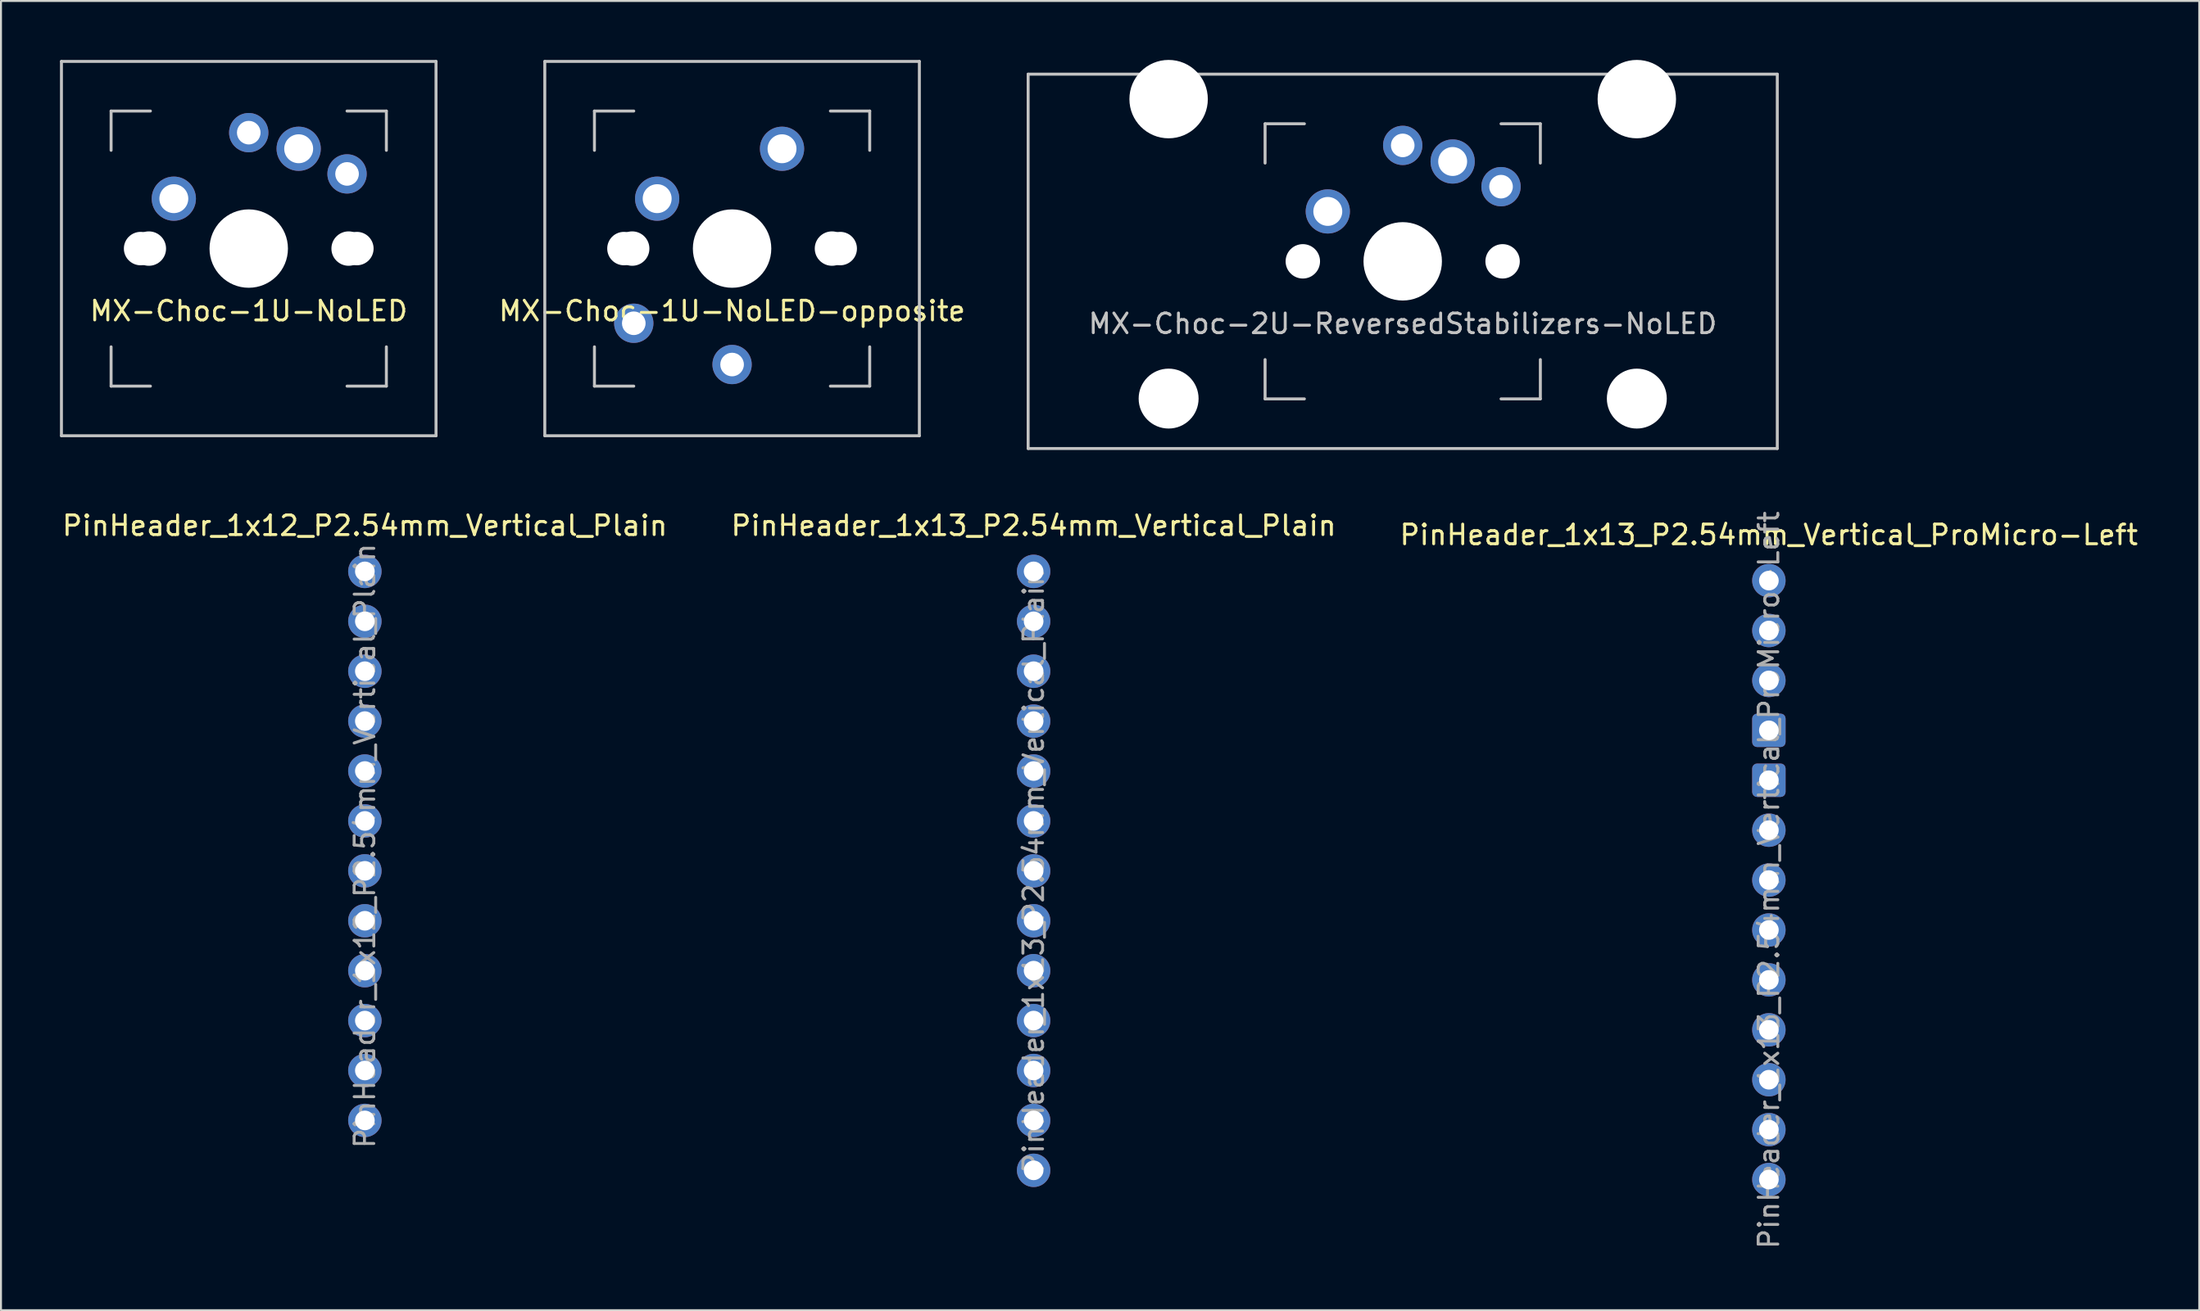
<source format=kicad_pcb>
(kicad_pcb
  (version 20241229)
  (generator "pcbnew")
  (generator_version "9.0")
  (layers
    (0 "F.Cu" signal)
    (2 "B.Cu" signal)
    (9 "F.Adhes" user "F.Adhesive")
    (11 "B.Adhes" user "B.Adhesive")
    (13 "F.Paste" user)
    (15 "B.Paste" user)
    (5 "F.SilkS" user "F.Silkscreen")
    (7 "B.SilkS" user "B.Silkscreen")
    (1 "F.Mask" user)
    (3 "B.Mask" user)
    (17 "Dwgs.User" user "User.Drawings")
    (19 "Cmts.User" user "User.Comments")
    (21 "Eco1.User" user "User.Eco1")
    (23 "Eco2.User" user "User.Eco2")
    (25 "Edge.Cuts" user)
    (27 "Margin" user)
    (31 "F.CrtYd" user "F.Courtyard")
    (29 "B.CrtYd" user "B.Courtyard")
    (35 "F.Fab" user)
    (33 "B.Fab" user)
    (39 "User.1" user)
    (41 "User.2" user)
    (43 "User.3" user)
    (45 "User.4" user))
  (footprint "PinHeader_1x13_P2.54mm_Vertical_ProMicro-Left"
    (layer "F.Cu")
    (at 86.911 26.496)
    (property "Reference" "PinHeader_1x13_P2.54mm_Vertical_ProMicro-Left" (at 0 -2.33 0) (layer "F.SilkS") (effects (font (size 1 1) (thickness 0.15))))
    (attr through_hole)
    (fp_text user "${REFERENCE}" (at 0 15.24 90) (layer "F.Fab") (effects (font (size 1 1) (thickness 0.15))))
    (pad "1" thru_hole oval (at 0 0) (size 1.7 1.7) (drill 1) (layers "*.Cu" "*.Mask"))
    (pad "2" thru_hole oval (at 0 2.54) (size 1.7 1.7) (drill 1) (layers "*.Cu" "*.Mask"))
    (pad "3" thru_hole oval (at 0 5.08) (size 1.7 1.7) (drill 1) (layers "*.Cu" "*.Mask"))
    (pad "4" thru_hole roundrect (at 0 7.62) (size 1.7 1.7) (drill 1) (layers "*.Cu" "*.Mask") (roundrect_rratio 0.147))
    (pad "5" thru_hole roundrect (at 0 10.16) (size 1.7 1.7) (drill 1) (layers "*.Cu" "*.Mask") (roundrect_rratio 0.147))
    (pad "6" thru_hole oval (at 0 12.7) (size 1.7 1.7) (drill 1) (layers "*.Cu" "*.Mask"))
    (pad "7" thru_hole oval (at 0 15.24) (size 1.7 1.7) (drill 1) (layers "*.Cu" "*.Mask"))
    (pad "8" thru_hole oval (at 0 17.78) (size 1.7 1.7) (drill 1) (layers "*.Cu" "*.Mask"))
    (pad "9" thru_hole oval (at 0 20.32) (size 1.7 1.7) (drill 1) (layers "*.Cu" "*.Mask"))
    (pad "10" thru_hole oval (at 0 22.86) (size 1.7 1.7) (drill 1) (layers "*.Cu" "*.Mask"))
    (pad "11" thru_hole oval (at 0 25.4) (size 1.7 1.7) (drill 1) (layers "*.Cu" "*.Mask"))
    (pad "12" thru_hole oval (at 0 27.94) (size 1.7 1.7) (drill 1) (layers "*.Cu" "*.Mask"))
    (pad "13" thru_hole oval (at 0 30.48) (size 1.7 1.7) (drill 1) (layers "*.Cu" "*.Mask")))
  (footprint "PinHeader_1x13_P2.54mm_Vertical_Plain"
    (layer "F.Cu")
    (at 49.518 26.027)
    (property "Reference" "PinHeader_1x13_P2.54mm_Vertical_Plain" (at 0 -2.33 0) (layer "F.SilkS") (effects (font (size 1 1) (thickness 0.15))))
    (attr through_hole)
    (fp_text user "${REFERENCE}" (at 0 15.24 90) (layer "F.Fab") (effects (font (size 1 1) (thickness 0.15))))
    (pad "1" thru_hole oval (at 0 0) (size 1.7 1.7) (drill 1) (layers "*.Cu" "*.Mask"))
    (pad "2" thru_hole oval (at 0 2.54) (size 1.7 1.7) (drill 1) (layers "*.Cu" "*.Mask"))
    (pad "3" thru_hole oval (at 0 5.08) (size 1.7 1.7) (drill 1) (layers "*.Cu" "*.Mask"))
    (pad "4" thru_hole oval (at 0 7.62) (size 1.7 1.7) (drill 1) (layers "*.Cu" "*.Mask"))
    (pad "5" thru_hole oval (at 0 10.16) (size 1.7 1.7) (drill 1) (layers "*.Cu" "*.Mask"))
    (pad "6" thru_hole oval (at 0 12.7) (size 1.7 1.7) (drill 1) (layers "*.Cu" "*.Mask"))
    (pad "7" thru_hole oval (at 0 15.24) (size 1.7 1.7) (drill 1) (layers "*.Cu" "*.Mask"))
    (pad "8" thru_hole oval (at 0 17.78) (size 1.7 1.7) (drill 1) (layers "*.Cu" "*.Mask"))
    (pad "9" thru_hole oval (at 0 20.32) (size 1.7 1.7) (drill 1) (layers "*.Cu" "*.Mask"))
    (pad "10" thru_hole oval (at 0 22.86) (size 1.7 1.7) (drill 1) (layers "*.Cu" "*.Mask"))
    (pad "11" thru_hole oval (at 0 25.4) (size 1.7 1.7) (drill 1) (layers "*.Cu" "*.Mask"))
    (pad "12" thru_hole oval (at 0 27.94) (size 1.7 1.7) (drill 1) (layers "*.Cu" "*.Mask"))
    (pad "13" thru_hole oval (at 0 30.48) (size 1.7 1.7) (drill 1) (layers "*.Cu" "*.Mask")))
  (footprint "MX-Choc-1U-NoLED-opposite"
    (layer "F.Cu")
    (at 34.182 9.6)
    (property "Reference" "MX-Choc-1U-NoLED-opposite" (at 0 3.175 0) (layer "F.SilkS") (effects (font (size 1 1) (thickness 0.15))))
    (attr through_hole)
    (fp_line (start -9.525 -9.525) (end 9.525 -9.525) (stroke (width 0.15) (type solid)) (layer "Dwgs.User"))
    (fp_line (start -9.525 9.525) (end -9.525 -9.525) (stroke (width 0.15) (type solid)) (layer "Dwgs.User"))
    (fp_line (start -7 -7) (end -7 -5) (stroke (width 0.15) (type solid)) (layer "Dwgs.User"))
    (fp_line (start -7 5) (end -7 7) (stroke (width 0.15) (type solid)) (layer "Dwgs.User"))
    (fp_line (start -7 7) (end -5 7) (stroke (width 0.15) (type solid)) (layer "Dwgs.User"))
    (fp_line (start -5 -7) (end -7 -7) (stroke (width 0.15) (type solid)) (layer "Dwgs.User"))
    (fp_line (start 5 -7) (end 7 -7) (stroke (width 0.15) (type solid)) (layer "Dwgs.User"))
    (fp_line (start 5 7) (end 7 7) (stroke (width 0.15) (type solid)) (layer "Dwgs.User"))
    (fp_line (start 7 -7) (end 7 -5) (stroke (width 0.15) (type solid)) (layer "Dwgs.User"))
    (fp_line (start 7 7) (end 7 5) (stroke (width 0.15) (type solid)) (layer "Dwgs.User"))
    (fp_line (start 9.525 -9.525) (end 9.525 9.525) (stroke (width 0.15) (type solid)) (layer "Dwgs.User"))
    (fp_line (start 9.525 9.525) (end -9.525 9.525) (stroke (width 0.15) (type solid)) (layer "Dwgs.User"))
    (pad "" np_thru_hole circle (at -5.5 0 48.1) (size 1.7 1.7) (drill 1.7) (layers "*.Cu" "*.Mask"))
    (pad "" np_thru_hole circle (at -5.08 0 48.1) (size 1.75 1.75) (drill 1.75) (layers "*.Cu" "*.Mask"))
    (pad "" np_thru_hole circle (at 0 0) (size 3.988 3.988) (drill 3.988) (layers "*.Cu" "*.Mask"))
    (pad "" np_thru_hole circle (at 5.08 0 48.1) (size 1.75 1.75) (drill 1.75) (layers "*.Cu" "*.Mask"))
    (pad "" np_thru_hole circle (at 5.5 0 48.1) (size 1.7 1.7) (drill 1.7) (layers "*.Cu" "*.Mask"))
    (pad "1" thru_hole oval (at -3.81 -2.54) (size 2.25 2.25) (drill 1.47) (layers "*.Cu" "*.Mask"))
    (pad "1" thru_hole circle (at 0 5.9) (size 2 2) (drill 1.2) (layers "*.Cu" "*.Mask"))
    (pad "2" thru_hole circle (at -5 3.8) (size 2 2) (drill 1.2) (layers "*.Cu" "*.Mask"))
    (pad "2" thru_hole circle (at 2.54 -5.08) (size 2.25 2.25) (drill 1.47) (layers "*.Cu" "*.Mask")))
  (footprint "MX-Choc-1U-NoLED"
    (layer "F.Cu")
    (at 9.6 9.6)
    (property "Reference" "MX-Choc-1U-NoLED" (at 0 3.175 0) (layer "F.SilkS") (effects (font (size 1 1) (thickness 0.15))))
    (attr through_hole)
    (fp_line (start -9.525 -9.525) (end 9.525 -9.525) (stroke (width 0.15) (type solid)) (layer "Dwgs.User"))
    (fp_line (start -9.525 9.525) (end -9.525 -9.525) (stroke (width 0.15) (type solid)) (layer "Dwgs.User"))
    (fp_line (start -7 -7) (end -7 -5) (stroke (width 0.15) (type solid)) (layer "Dwgs.User"))
    (fp_line (start -7 5) (end -7 7) (stroke (width 0.15) (type solid)) (layer "Dwgs.User"))
    (fp_line (start -7 7) (end -5 7) (stroke (width 0.15) (type solid)) (layer "Dwgs.User"))
    (fp_line (start -5 -7) (end -7 -7) (stroke (width 0.15) (type solid)) (layer "Dwgs.User"))
    (fp_line (start 5 -7) (end 7 -7) (stroke (width 0.15) (type solid)) (layer "Dwgs.User"))
    (fp_line (start 5 7) (end 7 7) (stroke (width 0.15) (type solid)) (layer "Dwgs.User"))
    (fp_line (start 7 -7) (end 7 -5) (stroke (width 0.15) (type solid)) (layer "Dwgs.User"))
    (fp_line (start 7 7) (end 7 5) (stroke (width 0.15) (type solid)) (layer "Dwgs.User"))
    (fp_line (start 9.525 -9.525) (end 9.525 9.525) (stroke (width 0.15) (type solid)) (layer "Dwgs.User"))
    (fp_line (start 9.525 9.525) (end -9.525 9.525) (stroke (width 0.15) (type solid)) (layer "Dwgs.User"))
    (pad "" np_thru_hole circle (at -5.5 0 48.1) (size 1.7 1.7) (drill 1.7) (layers "*.Cu" "*.Mask"))
    (pad "" np_thru_hole circle (at -5.08 0 48.1) (size 1.75 1.75) (drill 1.75) (layers "*.Cu" "*.Mask"))
    (pad "" np_thru_hole circle (at 0 0) (size 3.988 3.988) (drill 3.988) (layers "*.Cu" "*.Mask"))
    (pad "" np_thru_hole circle (at 5.08 0 48.1) (size 1.75 1.75) (drill 1.75) (layers "*.Cu" "*.Mask"))
    (pad "" np_thru_hole circle (at 5.5 0 48.1) (size 1.7 1.7) (drill 1.7) (layers "*.Cu" "*.Mask"))
    (pad "1" thru_hole oval (at -3.81 -2.54) (size 2.25 2.25) (drill 1.47) (layers "*.Cu" "*.Mask"))
    (pad "1" thru_hole circle (at 0 -5.9) (size 2 2) (drill 1.2) (layers "*.Cu" "*.Mask"))
    (pad "2" thru_hole circle (at 2.54 -5.08) (size 2.25 2.25) (drill 1.47) (layers "*.Cu" "*.Mask"))
    (pad "2" thru_hole circle (at 5 -3.8) (size 2 2) (drill 1.2) (layers "*.Cu" "*.Mask")))
  (footprint "MX-Choc-2U-ReversedStabilizers-NoLED"
    (layer "F.Cu")
    (at 68.289 10.249)
    (property "Reference" "MX-Choc-2U-ReversedStabilizers-NoLED" (at 0 3.175 0) (layer "Dwgs.User") (effects (font (size 1 1) (thickness 0.15))))
    (attr through_hole)
    (fp_line (start -19.05 -9.525) (end 19.05 -9.525) (stroke (width 0.15) (type solid)) (layer "Dwgs.User"))
    (fp_line (start -19.05 9.525) (end -19.05 -9.525) (stroke (width 0.15) (type solid)) (layer "Dwgs.User"))
    (fp_line (start -19.05 9.525) (end 19.05 9.525) (stroke (width 0.15) (type solid)) (layer "Dwgs.User"))
    (fp_line (start -7 -7) (end -7 -5) (stroke (width 0.15) (type solid)) (layer "Dwgs.User"))
    (fp_line (start -7 5) (end -7 7) (stroke (width 0.15) (type solid)) (layer "Dwgs.User"))
    (fp_line (start -7 7) (end -5 7) (stroke (width 0.15) (type solid)) (layer "Dwgs.User"))
    (fp_line (start -5 -7) (end -7 -7) (stroke (width 0.15) (type solid)) (layer "Dwgs.User"))
    (fp_line (start 5 -7) (end 7 -7) (stroke (width 0.15) (type solid)) (layer "Dwgs.User"))
    (fp_line (start 5 7) (end 7 7) (stroke (width 0.15) (type solid)) (layer "Dwgs.User"))
    (fp_line (start 7 -7) (end 7 -5) (stroke (width 0.15) (type solid)) (layer "Dwgs.User"))
    (fp_line (start 7 7) (end 7 5) (stroke (width 0.15) (type solid)) (layer "Dwgs.User"))
    (fp_line (start 19.05 -9.525) (end 19.05 9.525) (stroke (width 0.15) (type solid)) (layer "Dwgs.User"))
    (pad "" np_thru_hole circle (at -11.906 -8.255) (size 3.988 3.988) (drill 3.988) (layers "*.Cu" "*.Mask"))
    (pad "" np_thru_hole circle (at -11.906 6.985) (size 3.048 3.048) (drill 3.048) (layers "*.Cu" "*.Mask"))
    (pad "" np_thru_hole circle (at -5.08 0 48.1) (size 1.75 1.75) (drill 1.75) (layers "*.Cu" "*.Mask"))
    (pad "" np_thru_hole circle (at 0 0) (size 3.988 3.988) (drill 3.988) (layers "*.Cu" "*.Mask"))
    (pad "" np_thru_hole circle (at 5.08 0 48.1) (size 1.75 1.75) (drill 1.75) (layers "*.Cu" "*.Mask"))
    (pad "" np_thru_hole circle (at 11.906 -8.255) (size 3.988 3.988) (drill 3.988) (layers "*.Cu" "*.Mask"))
    (pad "" np_thru_hole circle (at 11.906 6.985) (size 3.048 3.048) (drill 3.048) (layers "*.Cu" "*.Mask"))
    (pad "1" thru_hole circle (at -3.81 -2.54) (size 2.25 2.25) (drill 1.47) (layers "*.Cu" "*.Mask"))
    (pad "1" thru_hole circle (at 0 -5.9) (size 2 2) (drill 1.2) (layers "*.Cu" "*.Mask"))
    (pad "2" thru_hole circle (at 2.54 -5.08) (size 2.25 2.25) (drill 1.47) (layers "*.Cu" "*.Mask"))
    (pad "2" thru_hole circle (at 5 -3.8) (size 2 2) (drill 1.2) (layers "*.Cu" "*.Mask")))
  (footprint "PinHeader_1x12_P2.54mm_Vertical_Plain"
    (layer "F.Cu")
    (at 15.506 26.027)
    (property "Reference" "PinHeader_1x12_P2.54mm_Vertical_Plain" (at 0 -2.33 0) (layer "F.SilkS") (effects (font (size 1 1) (thickness 0.15))))
    (attr through_hole)
    (fp_text user "${REFERENCE}" (at 0 13.97 90) (layer "F.Fab") (effects (font (size 1 1) (thickness 0.15))))
    (pad "1" thru_hole oval (at 0 0) (size 1.7 1.7) (drill 1) (layers "*.Cu" "*.Mask"))
    (pad "2" thru_hole oval (at 0 2.54) (size 1.7 1.7) (drill 1) (layers "*.Cu" "*.Mask"))
    (pad "3" thru_hole oval (at 0 5.08) (size 1.7 1.7) (drill 1) (layers "*.Cu" "*.Mask"))
    (pad "4" thru_hole oval (at 0 7.62) (size 1.7 1.7) (drill 1) (layers "*.Cu" "*.Mask"))
    (pad "5" thru_hole oval (at 0 10.16) (size 1.7 1.7) (drill 1) (layers "*.Cu" "*.Mask"))
    (pad "6" thru_hole oval (at 0 12.7) (size 1.7 1.7) (drill 1) (layers "*.Cu" "*.Mask"))
    (pad "7" thru_hole oval (at 0 15.24) (size 1.7 1.7) (drill 1) (layers "*.Cu" "*.Mask"))
    (pad "8" thru_hole oval (at 0 17.78) (size 1.7 1.7) (drill 1) (layers "*.Cu" "*.Mask"))
    (pad "9" thru_hole oval (at 0 20.32) (size 1.7 1.7) (drill 1) (layers "*.Cu" "*.Mask"))
    (pad "10" thru_hole oval (at 0 22.86) (size 1.7 1.7) (drill 1) (layers "*.Cu" "*.Mask"))
    (pad "11" thru_hole oval (at 0 25.4) (size 1.7 1.7) (drill 1) (layers "*.Cu" "*.Mask"))
    (pad "12" thru_hole oval (at 0 27.94) (size 1.7 1.7) (drill 1) (layers "*.Cu" "*.Mask")))
  (gr_rect
    (start -3 -3)
    (end 108.798 63.623)
    (stroke (width 0.1) (type default))
    (fill no)
    (layer "Edge.Cuts")))
</source>
